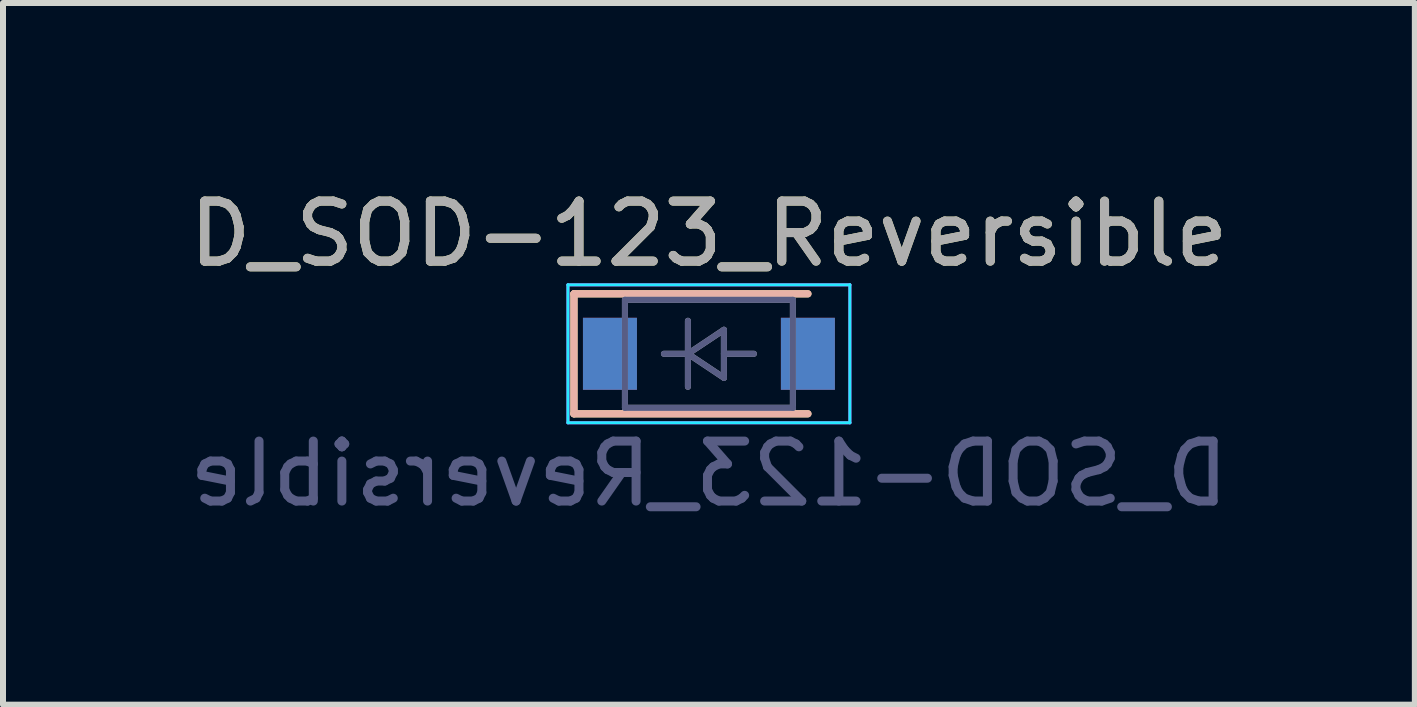
<source format=kicad_pcb>
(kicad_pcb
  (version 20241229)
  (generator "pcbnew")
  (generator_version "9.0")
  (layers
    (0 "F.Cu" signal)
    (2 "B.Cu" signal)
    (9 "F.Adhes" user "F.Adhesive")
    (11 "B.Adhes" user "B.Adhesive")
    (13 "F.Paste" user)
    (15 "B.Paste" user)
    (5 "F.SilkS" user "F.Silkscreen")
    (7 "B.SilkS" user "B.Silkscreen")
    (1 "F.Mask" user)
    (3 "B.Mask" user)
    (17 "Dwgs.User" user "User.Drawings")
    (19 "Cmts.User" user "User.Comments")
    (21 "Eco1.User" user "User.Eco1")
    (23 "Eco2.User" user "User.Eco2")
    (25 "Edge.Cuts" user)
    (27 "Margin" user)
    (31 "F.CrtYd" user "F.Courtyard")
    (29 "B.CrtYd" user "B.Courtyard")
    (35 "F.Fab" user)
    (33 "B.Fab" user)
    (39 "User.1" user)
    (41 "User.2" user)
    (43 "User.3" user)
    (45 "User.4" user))
  (footprint "D_SOD-123_Reversible"
    (layer "F.Cu")
    (at 8.768 2.848)
    (property "Reference" "D_SOD-123_Reversible" (at 0 -2 0) (layer "F.SilkS") (effects (font (size 1 1) (thickness 0.15))))
    (attr smd)
    (fp_line (start -2.25 -1) (end -2.25 1) (stroke (width 0.12) (type solid)) (layer "F.SilkS"))
    (fp_line (start -2.25 -1) (end 1.65 -1) (stroke (width 0.12) (type solid)) (layer "F.SilkS"))
    (fp_line (start -2.25 1) (end 1.65 1) (stroke (width 0.12) (type solid)) (layer "F.SilkS"))
    (fp_line (start -2.25 -1) (end 1.65 -1) (stroke (width 0.12) (type solid)) (layer "B.SilkS"))
    (fp_line (start -2.25 1) (end -2.25 -1) (stroke (width 0.12) (type solid)) (layer "B.SilkS"))
    (fp_line (start -2.25 1) (end 1.65 1) (stroke (width 0.12) (type solid)) (layer "B.SilkS"))
    (fp_line (start -2.35 1.15) (end -2.35 -1.15) (stroke (width 0.05) (type solid)) (layer "B.CrtYd"))
    (fp_line (start -2.35 1.15) (end 2.35 1.15) (stroke (width 0.05) (type solid)) (layer "B.CrtYd"))
    (fp_line (start 2.35 -1.15) (end -2.35 -1.15) (stroke (width 0.05) (type solid)) (layer "B.CrtYd"))
    (fp_line (start 2.35 1.15) (end 2.35 -1.15) (stroke (width 0.05) (type solid)) (layer "B.CrtYd"))
    (fp_line (start -2.35 -1.15) (end -2.35 1.15) (stroke (width 0.05) (type solid)) (layer "F.CrtYd"))
    (fp_line (start -2.35 -1.15) (end 2.35 -1.15) (stroke (width 0.05) (type solid)) (layer "F.CrtYd"))
    (fp_line (start 2.35 -1.15) (end 2.35 1.15) (stroke (width 0.05) (type solid)) (layer "F.CrtYd"))
    (fp_line (start 2.35 1.15) (end -2.35 1.15) (stroke (width 0.05) (type solid)) (layer "F.CrtYd"))
    (fp_line (start -1.4 -0.9) (end -1.4 0.9) (stroke (width 0.1) (type solid)) (layer "B.Fab"))
    (fp_line (start -1.4 0.9) (end 1.4 0.9) (stroke (width 0.1) (type solid)) (layer "B.Fab"))
    (fp_line (start -0.75 0) (end -0.35 0) (stroke (width 0.1) (type solid)) (layer "B.Fab"))
    (fp_line (start -0.35 0) (end -0.35 -0.55) (stroke (width 0.1) (type solid)) (layer "B.Fab"))
    (fp_line (start -0.35 0) (end -0.35 0.55) (stroke (width 0.1) (type solid)) (layer "B.Fab"))
    (fp_line (start -0.35 0) (end 0.25 0.4) (stroke (width 0.1) (type solid)) (layer "B.Fab"))
    (fp_line (start 0.25 -0.4) (end -0.35 0) (stroke (width 0.1) (type solid)) (layer "B.Fab"))
    (fp_line (start 0.25 0) (end 0.75 0) (stroke (width 0.1) (type solid)) (layer "B.Fab"))
    (fp_line (start 0.25 0.4) (end 0.25 -0.4) (stroke (width 0.1) (type solid)) (layer "B.Fab"))
    (fp_line (start 1.4 -0.9) (end -1.4 -0.9) (stroke (width 0.1) (type solid)) (layer "B.Fab"))
    (fp_line (start 1.4 0.9) (end 1.4 -0.9) (stroke (width 0.1) (type solid)) (layer "B.Fab"))
    (fp_line (start -1.4 -0.9) (end 1.4 -0.9) (stroke (width 0.1) (type solid)) (layer "F.Fab"))
    (fp_line (start -1.4 0.9) (end -1.4 -0.9) (stroke (width 0.1) (type solid)) (layer "F.Fab"))
    (fp_line (start -0.75 0) (end -0.35 0) (stroke (width 0.1) (type solid)) (layer "F.Fab"))
    (fp_line (start -0.35 0) (end -0.35 -0.55) (stroke (width 0.1) (type solid)) (layer "F.Fab"))
    (fp_line (start -0.35 0) (end -0.35 0.55) (stroke (width 0.1) (type solid)) (layer "F.Fab"))
    (fp_line (start -0.35 0) (end 0.25 -0.4) (stroke (width 0.1) (type solid)) (layer "F.Fab"))
    (fp_line (start 0.25 -0.4) (end 0.25 0.4) (stroke (width 0.1) (type solid)) (layer "F.Fab"))
    (fp_line (start 0.25 0) (end 0.75 0) (stroke (width 0.1) (type solid)) (layer "F.Fab"))
    (fp_line (start 0.25 0.4) (end -0.35 0) (stroke (width 0.1) (type solid)) (layer "F.Fab"))
    (fp_line (start 1.4 -0.9) (end 1.4 0.9) (stroke (width 0.1) (type solid)) (layer "F.Fab"))
    (fp_line (start 1.4 0.9) (end -1.4 0.9) (stroke (width 0.1) (type solid)) (layer "F.Fab"))
    (fp_text user "${REFERENCE}" (at 0 2 180) (layer "B.Fab") (effects (font (size 1 1) (thickness 0.15)) (justify mirror)))
    (fp_text user "${REFERENCE}" (at 0 -2 0) (layer "F.Fab") (effects (font (size 1 1) (thickness 0.15))))
    (pad "1" smd rect (at -1.65 0) (size 0.9 1.2) (layers "F.Cu" "F.Mask" "F.Paste"))
    (pad "1" smd rect (at -1.65 0 180) (size 0.9 1.2) (layers "B.Cu" "B.Mask" "B.Paste"))
    (pad "2" smd rect (at 1.65 0) (size 0.9 1.2) (layers "F.Cu" "F.Mask" "F.Paste"))
    (pad "2" smd rect (at 1.65 0 180) (size 0.9 1.2) (layers "B.Cu" "B.Mask" "B.Paste")))
  (gr_rect
    (start -3 -3)
    (end 20.536 8.697)
    (stroke (width 0.1) (type default))
    (fill no)
    (layer "Edge.Cuts")))
</source>
